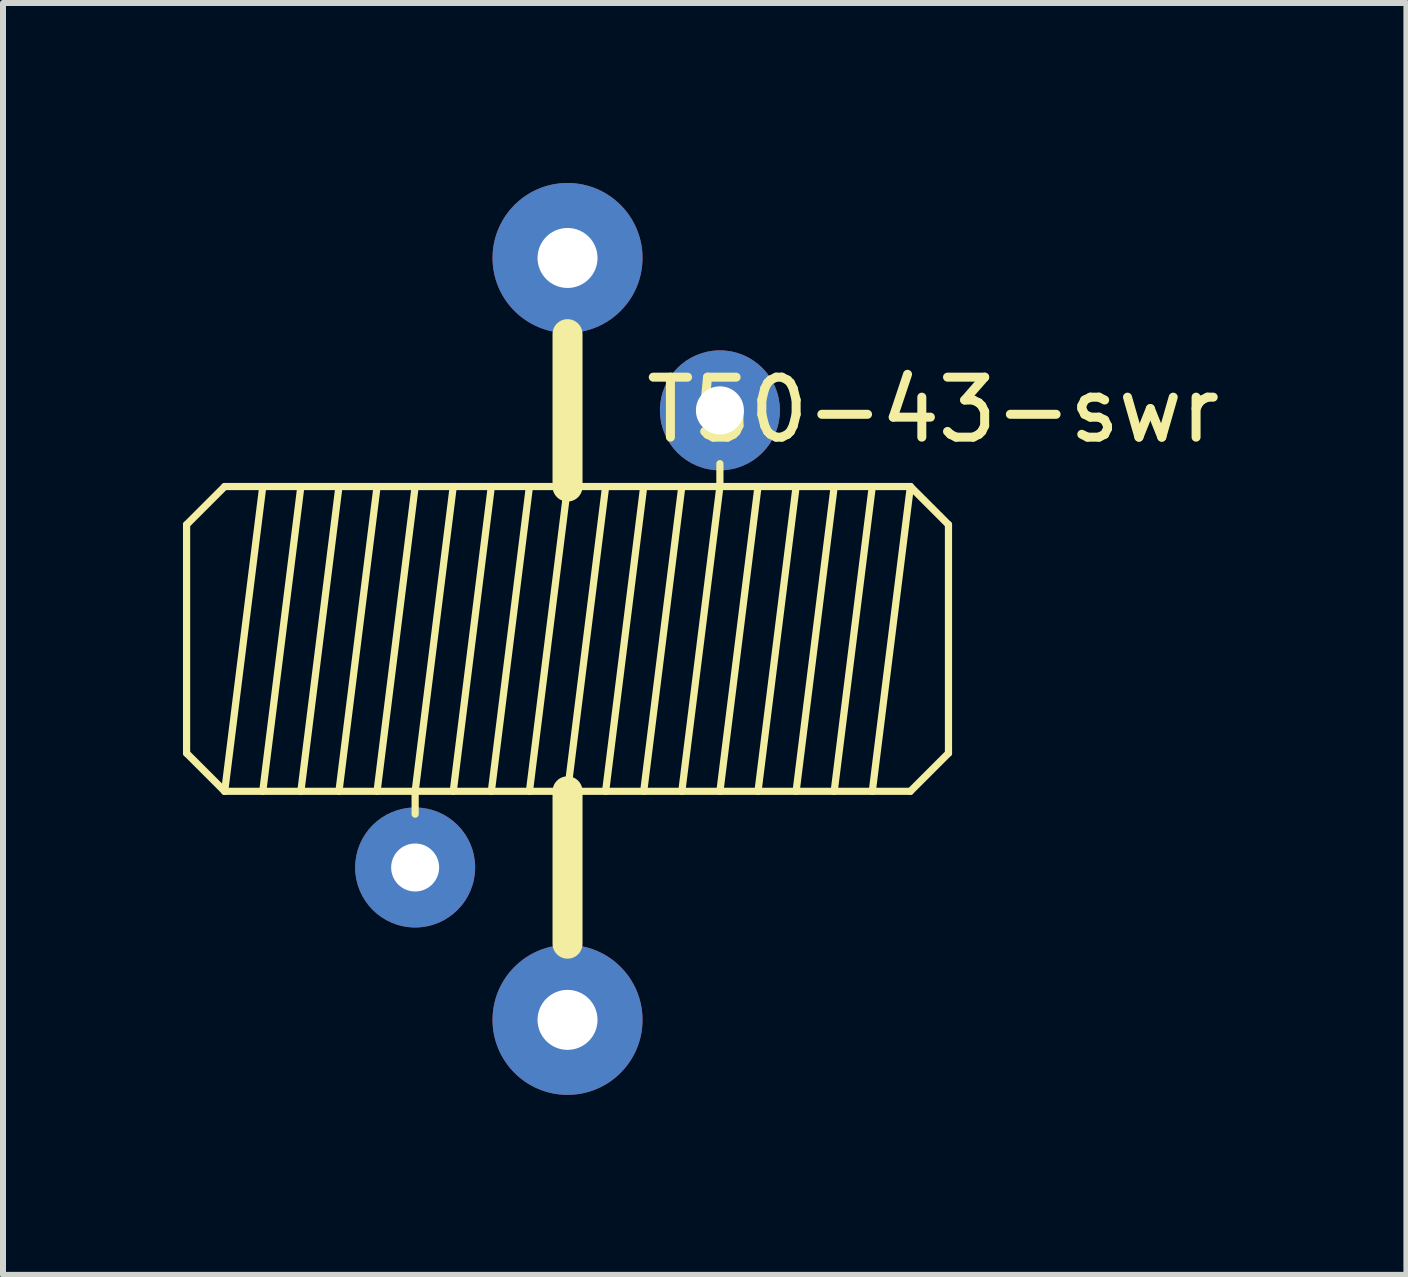
<source format=kicad_pcb>
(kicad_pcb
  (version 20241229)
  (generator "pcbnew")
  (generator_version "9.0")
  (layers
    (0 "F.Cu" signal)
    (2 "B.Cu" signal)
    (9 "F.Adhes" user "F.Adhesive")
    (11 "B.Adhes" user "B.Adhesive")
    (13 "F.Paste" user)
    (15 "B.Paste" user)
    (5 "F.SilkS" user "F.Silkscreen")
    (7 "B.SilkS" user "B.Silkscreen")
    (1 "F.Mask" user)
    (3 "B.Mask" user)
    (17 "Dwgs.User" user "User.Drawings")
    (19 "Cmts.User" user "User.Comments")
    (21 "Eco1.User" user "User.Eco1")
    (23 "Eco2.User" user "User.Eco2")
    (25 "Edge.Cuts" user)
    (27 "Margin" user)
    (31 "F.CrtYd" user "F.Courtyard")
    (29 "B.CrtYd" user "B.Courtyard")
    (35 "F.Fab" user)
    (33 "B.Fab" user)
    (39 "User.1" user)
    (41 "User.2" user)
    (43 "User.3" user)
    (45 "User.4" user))
  (footprint "T50-43-swr"
    (layer "F.Cu")
    (at 6.41 7.6)
    (property "Reference" "T50-43-swr" (at 6.096 -3.818 0) (layer "F.SilkS") (effects (font (size 1 1) (thickness 0.15))))
    (attr through_hole)
    (fp_line (start -6.35 -1.905) (end -6.35 1.905) (stroke (width 0.12) (type solid)) (layer "F.SilkS"))
    (fp_line (start -6.35 -1.905) (end -5.715 -2.54) (stroke (width 0.12) (type solid)) (layer "F.SilkS"))
    (fp_line (start -6.35 1.905) (end -5.715 2.54) (stroke (width 0.12) (type solid)) (layer "F.SilkS"))
    (fp_line (start -5.715 2.54) (end -5.08 -2.54) (stroke (width 0.12) (type solid)) (layer "F.SilkS"))
    (fp_line (start -5.715 2.54) (end 5.715 2.54) (stroke (width 0.12) (type solid)) (layer "F.SilkS"))
    (fp_line (start -5.08 2.54) (end -4.445 -2.54) (stroke (width 0.12) (type solid)) (layer "F.SilkS"))
    (fp_line (start -4.445 2.54) (end -3.81 -2.54) (stroke (width 0.12) (type solid)) (layer "F.SilkS"))
    (fp_line (start -3.81 2.54) (end -3.175 -2.54) (stroke (width 0.12) (type solid)) (layer "F.SilkS"))
    (fp_line (start -3.175 2.54) (end -2.54 -2.54) (stroke (width 0.12) (type solid)) (layer "F.SilkS"))
    (fp_line (start -2.54 2.54) (end -2.54 2.921) (stroke (width 0.12) (type solid)) (layer "F.SilkS"))
    (fp_line (start -2.54 2.54) (end -1.905 -2.54) (stroke (width 0.12) (type solid)) (layer "F.SilkS"))
    (fp_line (start -1.905 2.54) (end -1.27 -2.54) (stroke (width 0.12) (type solid)) (layer "F.SilkS"))
    (fp_line (start -1.27 2.54) (end -0.635 -2.54) (stroke (width 0.12) (type solid)) (layer "F.SilkS"))
    (fp_line (start -0.635 2.54) (end 0 -2.54) (stroke (width 0.12) (type solid)) (layer "F.SilkS"))
    (fp_line (start 0 -2.54) (end 0 -5.08) (stroke (width 0.5) (type solid)) (layer "F.SilkS"))
    (fp_line (start 0 2.54) (end 0.635 -2.54) (stroke (width 0.12) (type solid)) (layer "F.SilkS"))
    (fp_line (start 0 5.08) (end 0 2.54) (stroke (width 0.5) (type solid)) (layer "F.SilkS"))
    (fp_line (start 0.635 2.54) (end 1.27 -2.54) (stroke (width 0.12) (type solid)) (layer "F.SilkS"))
    (fp_line (start 1.27 2.54) (end 1.905 -2.54) (stroke (width 0.12) (type solid)) (layer "F.SilkS"))
    (fp_line (start 1.905 2.54) (end 2.54 -2.54) (stroke (width 0.12) (type solid)) (layer "F.SilkS"))
    (fp_line (start 2.54 -2.54) (end 2.54 -2.921) (stroke (width 0.12) (type solid)) (layer "F.SilkS"))
    (fp_line (start 2.54 2.54) (end 3.175 -2.54) (stroke (width 0.12) (type solid)) (layer "F.SilkS"))
    (fp_line (start 3.175 2.54) (end 3.81 -2.54) (stroke (width 0.12) (type solid)) (layer "F.SilkS"))
    (fp_line (start 3.81 2.54) (end 4.445 -2.54) (stroke (width 0.12) (type solid)) (layer "F.SilkS"))
    (fp_line (start 4.445 2.54) (end 5.08 -2.54) (stroke (width 0.12) (type solid)) (layer "F.SilkS"))
    (fp_line (start 5.08 2.54) (end 5.715 -2.54) (stroke (width 0.12) (type solid)) (layer "F.SilkS"))
    (fp_line (start 5.715 -2.54) (end -5.715 -2.54) (stroke (width 0.12) (type solid)) (layer "F.SilkS"))
    (fp_line (start 5.715 -2.54) (end 6.35 -1.905) (stroke (width 0.12) (type solid)) (layer "F.SilkS"))
    (fp_line (start 6.35 1.905) (end 5.715 2.54) (stroke (width 0.12) (type solid)) (layer "F.SilkS"))
    (fp_line (start 6.35 1.905) (end 6.35 -1.905) (stroke (width 0.12) (type solid)) (layer "F.SilkS"))
    (pad "1" thru_hole circle (at -2.54 3.81) (size 2 2) (drill 0.8) (layers "*.Cu" "*.Mask"))
    (pad "2" thru_hole circle (at 2.54 -3.81) (size 2 2) (drill 0.8) (layers "*.Cu" "*.Mask"))
    (pad "3" thru_hole circle (at 0 6.35) (size 2.5 2.5) (drill 1) (layers "*.Cu" "*.Mask"))
    (pad "4" thru_hole circle (at 0 -6.35) (size 2.5 2.5) (drill 1) (layers "*.Cu" "*.Mask")))
  (gr_rect
    (start -3 -3)
    (end 20.393 18.2)
    (stroke (width 0.1) (type default))
    (fill no)
    (layer "Edge.Cuts")))
</source>
